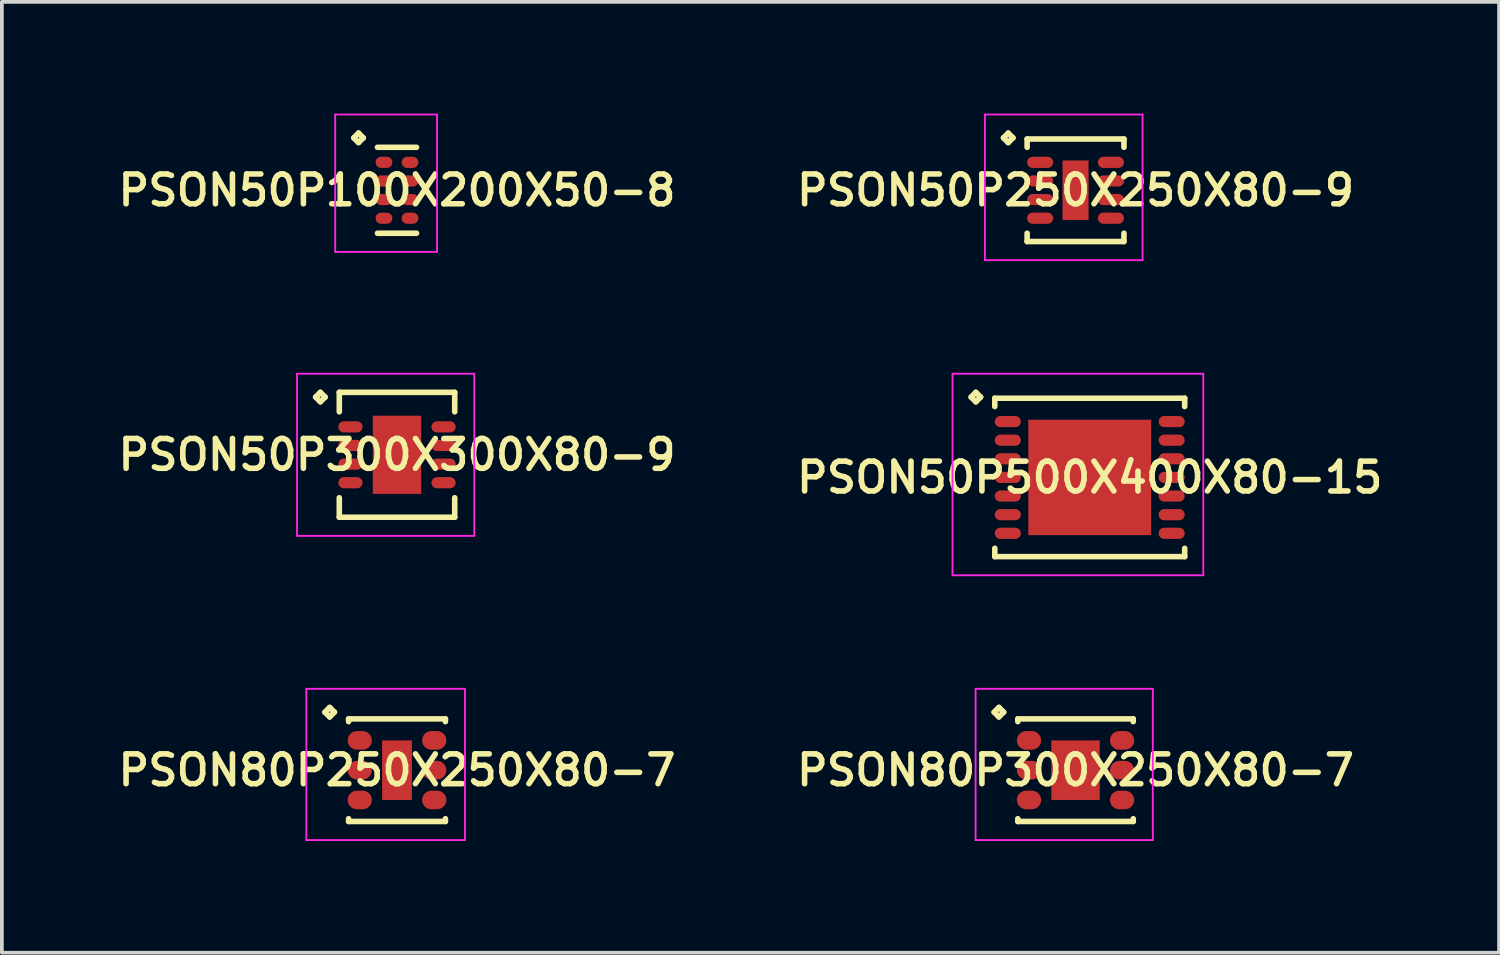
<source format=kicad_pcb>
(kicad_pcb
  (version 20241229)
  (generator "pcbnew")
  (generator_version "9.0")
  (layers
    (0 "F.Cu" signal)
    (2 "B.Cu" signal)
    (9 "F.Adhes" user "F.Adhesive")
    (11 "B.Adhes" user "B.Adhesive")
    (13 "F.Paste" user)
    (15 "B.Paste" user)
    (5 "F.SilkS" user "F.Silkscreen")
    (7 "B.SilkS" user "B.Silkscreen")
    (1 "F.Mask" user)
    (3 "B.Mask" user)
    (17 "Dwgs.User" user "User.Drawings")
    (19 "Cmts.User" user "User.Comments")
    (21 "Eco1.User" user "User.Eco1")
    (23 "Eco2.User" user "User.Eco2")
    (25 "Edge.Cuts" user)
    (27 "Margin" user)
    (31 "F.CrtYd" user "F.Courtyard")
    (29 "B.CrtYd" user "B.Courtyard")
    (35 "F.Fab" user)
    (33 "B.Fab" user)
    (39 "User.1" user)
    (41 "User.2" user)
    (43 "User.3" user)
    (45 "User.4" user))
  (footprint "PSON50P250X250X80-9"
    (layer "F.Cu")
    (at 25.835 2.06)
    (property "Reference" "PSON50P250X250X80-9" (at 0 0 0) (layer "F.SilkS") (effects (font (size 0.8 0.8) (thickness 0.15))))
    (attr smd)
    (fp_line (start -1.935 -1.408) (end -1.808 -1.535) (stroke (width 0.15) (type solid)) (layer "F.SilkS"))
    (fp_line (start -1.808 -1.535) (end -1.681 -1.408) (stroke (width 0.15) (type solid)) (layer "F.SilkS"))
    (fp_line (start -1.808 -1.281) (end -1.935 -1.408) (stroke (width 0.15) (type solid)) (layer "F.SilkS"))
    (fp_line (start -1.681 -1.408) (end -1.808 -1.281) (stroke (width 0.15) (type solid)) (layer "F.SilkS"))
    (fp_line (start -1.3 -1.377) (end 1.3 -1.377) (stroke (width 0.15) (type solid)) (layer "F.SilkS"))
    (fp_line (start -1.3 -1.154) (end -1.3 -1.377) (stroke (width 0.15) (type solid)) (layer "F.SilkS"))
    (fp_line (start -1.3 1.154) (end -1.3 1.377) (stroke (width 0.15) (type solid)) (layer "F.SilkS"))
    (fp_line (start -1.3 1.377) (end 1.3 1.377) (stroke (width 0.15) (type solid)) (layer "F.SilkS"))
    (fp_line (start 1.3 -1.377) (end 1.3 -1.154) (stroke (width 0.15) (type solid)) (layer "F.SilkS"))
    (fp_line (start 1.3 1.377) (end 1.3 1.154) (stroke (width 0.15) (type solid)) (layer "F.SilkS"))
    (fp_line (start -2.435 -2.035) (end 1.8 -2.035) (stroke (width 0.05) (type solid)) (layer "F.CrtYd"))
    (fp_line (start -2.435 1.877) (end -2.435 -2.035) (stroke (width 0.05) (type solid)) (layer "F.CrtYd"))
    (fp_line (start 1.8 -2.035) (end 1.8 1.877) (stroke (width 0.05) (type solid)) (layer "F.CrtYd"))
    (fp_line (start 1.8 1.877) (end -2.435 1.877) (stroke (width 0.05) (type solid)) (layer "F.CrtYd"))
    (pad "1" smd oval (at -0.95 -0.75) (size 0.7 0.3) (layers "F.Cu" "F.Mask" "F.Paste"))
    (pad "2" smd oval (at -0.95 -0.25) (size 0.7 0.3) (layers "F.Cu" "F.Mask" "F.Paste"))
    (pad "3" smd oval (at -0.95 0.25) (size 0.7 0.3) (layers "F.Cu" "F.Mask" "F.Paste"))
    (pad "4" smd oval (at -0.95 0.75) (size 0.7 0.3) (layers "F.Cu" "F.Mask" "F.Paste"))
    (pad "5" smd oval (at 0.95 0.75) (size 0.7 0.3) (layers "F.Cu" "F.Mask" "F.Paste"))
    (pad "6" smd oval (at 0.95 0.25) (size 0.7 0.3) (layers "F.Cu" "F.Mask" "F.Paste"))
    (pad "7" smd oval (at 0.95 -0.25) (size 0.7 0.3) (layers "F.Cu" "F.Mask" "F.Paste"))
    (pad "8" smd oval (at 0.95 -0.75) (size 0.7 0.3) (layers "F.Cu" "F.Mask" "F.Paste"))
    (pad "9" smd rect (at 0 0) (size 0.7 1.6) (layers "F.Cu" "F.Mask" "F.Paste")))
  (footprint "PSON50P100X200X50-8"
    (layer "F.Cu")
    (at 7.612 2.06)
    (property "Reference" "PSON50P100X200X50-8" (at 0 0 0) (layer "F.SilkS") (effects (font (size 0.8 0.8) (thickness 0.15))))
    (attr smd)
    (fp_line (start -1.16 -1.408) (end -1.033 -1.535) (stroke (width 0.15) (type solid)) (layer "F.SilkS"))
    (fp_line (start -1.033 -1.535) (end -0.906 -1.408) (stroke (width 0.15) (type solid)) (layer "F.SilkS"))
    (fp_line (start -1.033 -1.281) (end -1.16 -1.408) (stroke (width 0.15) (type solid)) (layer "F.SilkS"))
    (fp_line (start -0.906 -1.408) (end -1.033 -1.281) (stroke (width 0.15) (type solid)) (layer "F.SilkS"))
    (fp_line (start -0.525 -1.154) (end 0.525 -1.154) (stroke (width 0.15) (type solid)) (layer "F.SilkS"))
    (fp_line (start -0.525 1.154) (end 0.525 1.154) (stroke (width 0.15) (type solid)) (layer "F.SilkS"))
    (fp_line (start -1.66 -2.035) (end 1.075 -2.035) (stroke (width 0.05) (type solid)) (layer "F.CrtYd"))
    (fp_line (start -1.66 1.654) (end -1.66 -2.035) (stroke (width 0.05) (type solid)) (layer "F.CrtYd"))
    (fp_line (start 1.075 -2.035) (end 1.075 1.654) (stroke (width 0.05) (type solid)) (layer "F.CrtYd"))
    (fp_line (start 1.075 1.654) (end -1.66 1.654) (stroke (width 0.05) (type solid)) (layer "F.CrtYd"))
    (pad "1" smd oval (at -0.35 -0.75) (size 0.45 0.3) (layers "F.Cu" "F.Mask" "F.Paste"))
    (pad "2" smd oval (at -0.35 -0.25) (size 0.45 0.3) (layers "F.Cu" "F.Mask" "F.Paste"))
    (pad "3" smd oval (at -0.35 0.25) (size 0.45 0.3) (layers "F.Cu" "F.Mask" "F.Paste"))
    (pad "4" smd oval (at -0.35 0.75) (size 0.45 0.3) (layers "F.Cu" "F.Mask" "F.Paste"))
    (pad "5" smd oval (at 0.35 0.75) (size 0.45 0.3) (layers "F.Cu" "F.Mask" "F.Paste"))
    (pad "6" smd oval (at 0.35 0.25) (size 0.45 0.3) (layers "F.Cu" "F.Mask" "F.Paste"))
    (pad "7" smd oval (at 0.35 -0.25) (size 0.45 0.3) (layers "F.Cu" "F.Mask" "F.Paste"))
    (pad "8" smd oval (at 0.35 -0.75) (size 0.45 0.3) (layers "F.Cu" "F.Mask" "F.Paste")))
  (footprint "PSON50P500X400X80-15"
    (layer "F.Cu")
    (at 26.216 9.772)
    (property "Reference" "PSON50P500X400X80-15" (at 0 0 0) (layer "F.SilkS") (effects (font (size 0.8 0.8) (thickness 0.15))))
    (attr smd)
    (fp_line (start -3.185 -2.158) (end -3.058 -2.285) (stroke (width 0.15) (type solid)) (layer "F.SilkS"))
    (fp_line (start -3.058 -2.285) (end -2.931 -2.158) (stroke (width 0.15) (type solid)) (layer "F.SilkS"))
    (fp_line (start -3.058 -2.031) (end -3.185 -2.158) (stroke (width 0.15) (type solid)) (layer "F.SilkS"))
    (fp_line (start -2.931 -2.158) (end -3.058 -2.031) (stroke (width 0.15) (type solid)) (layer "F.SilkS"))
    (fp_line (start -2.55 -2.127) (end 2.55 -2.127) (stroke (width 0.15) (type solid)) (layer "F.SilkS"))
    (fp_line (start -2.55 -1.904) (end -2.55 -2.127) (stroke (width 0.15) (type solid)) (layer "F.SilkS"))
    (fp_line (start -2.55 1.904) (end -2.55 2.127) (stroke (width 0.15) (type solid)) (layer "F.SilkS"))
    (fp_line (start -2.55 2.127) (end 2.55 2.127) (stroke (width 0.15) (type solid)) (layer "F.SilkS"))
    (fp_line (start 2.55 -2.127) (end 2.55 -1.904) (stroke (width 0.15) (type solid)) (layer "F.SilkS"))
    (fp_line (start 2.55 2.127) (end 2.55 1.904) (stroke (width 0.15) (type solid)) (layer "F.SilkS"))
    (fp_line (start -3.685 -2.785) (end 3.05 -2.785) (stroke (width 0.05) (type solid)) (layer "F.CrtYd"))
    (fp_line (start -3.685 2.627) (end -3.685 -2.785) (stroke (width 0.05) (type solid)) (layer "F.CrtYd"))
    (fp_line (start 3.05 -2.785) (end 3.05 2.627) (stroke (width 0.05) (type solid)) (layer "F.CrtYd"))
    (fp_line (start 3.05 2.627) (end -3.685 2.627) (stroke (width 0.05) (type solid)) (layer "F.CrtYd"))
    (pad "1" smd oval (at -2.2 -1.5) (size 0.7 0.3) (layers "F.Cu" "F.Mask" "F.Paste"))
    (pad "2" smd oval (at -2.2 -1) (size 0.7 0.3) (layers "F.Cu" "F.Mask" "F.Paste"))
    (pad "3" smd oval (at -2.2 -0.5) (size 0.7 0.3) (layers "F.Cu" "F.Mask" "F.Paste"))
    (pad "4" smd oval (at -2.2 0) (size 0.7 0.3) (layers "F.Cu" "F.Mask" "F.Paste"))
    (pad "5" smd oval (at -2.2 0.5) (size 0.7 0.3) (layers "F.Cu" "F.Mask" "F.Paste"))
    (pad "6" smd oval (at -2.2 1) (size 0.7 0.3) (layers "F.Cu" "F.Mask" "F.Paste"))
    (pad "7" smd oval (at -2.2 1.5) (size 0.7 0.3) (layers "F.Cu" "F.Mask" "F.Paste"))
    (pad "8" smd oval (at 2.2 1.5) (size 0.7 0.3) (layers "F.Cu" "F.Mask" "F.Paste"))
    (pad "9" smd oval (at 2.2 1) (size 0.7 0.3) (layers "F.Cu" "F.Mask" "F.Paste"))
    (pad "10" smd oval (at 2.2 0.5) (size 0.7 0.3) (layers "F.Cu" "F.Mask" "F.Paste"))
    (pad "11" smd oval (at 2.2 0) (size 0.7 0.3) (layers "F.Cu" "F.Mask" "F.Paste"))
    (pad "12" smd oval (at 2.2 -0.5) (size 0.7 0.3) (layers "F.Cu" "F.Mask" "F.Paste"))
    (pad "13" smd oval (at 2.2 -1) (size 0.7 0.3) (layers "F.Cu" "F.Mask" "F.Paste"))
    (pad "14" smd oval (at 2.2 -1.5) (size 0.7 0.3) (layers "F.Cu" "F.Mask" "F.Paste"))
    (pad "15" smd rect (at 0 0) (size 3.3 3.1) (layers "F.Cu" "F.Mask" "F.Paste")))
  (footprint "PSON80P250X250X80-7"
    (layer "F.Cu")
    (at 7.612 17.634)
    (property "Reference" "PSON80P250X250X80-7" (at 0 0 0) (layer "F.SilkS") (effects (font (size 0.8 0.8) (thickness 0.15))))
    (attr smd)
    (fp_line (start -1.935 -1.558) (end -1.808 -1.685) (stroke (width 0.15) (type solid)) (layer "F.SilkS"))
    (fp_line (start -1.808 -1.685) (end -1.681 -1.558) (stroke (width 0.15) (type solid)) (layer "F.SilkS"))
    (fp_line (start -1.808 -1.431) (end -1.935 -1.558) (stroke (width 0.15) (type solid)) (layer "F.SilkS"))
    (fp_line (start -1.681 -1.558) (end -1.808 -1.431) (stroke (width 0.15) (type solid)) (layer "F.SilkS"))
    (fp_line (start -1.3 -1.377) (end 1.3 -1.377) (stroke (width 0.15) (type solid)) (layer "F.SilkS"))
    (fp_line (start -1.3 -1.304) (end -1.3 -1.377) (stroke (width 0.15) (type solid)) (layer "F.SilkS"))
    (fp_line (start -1.3 1.304) (end -1.3 1.377) (stroke (width 0.15) (type solid)) (layer "F.SilkS"))
    (fp_line (start -1.3 1.377) (end 1.3 1.377) (stroke (width 0.15) (type solid)) (layer "F.SilkS"))
    (fp_line (start 1.3 -1.377) (end 1.3 -1.304) (stroke (width 0.15) (type solid)) (layer "F.SilkS"))
    (fp_line (start 1.3 1.377) (end 1.3 1.304) (stroke (width 0.15) (type solid)) (layer "F.SilkS"))
    (fp_line (start -2.435 -2.185) (end 1.825 -2.185) (stroke (width 0.05) (type solid)) (layer "F.CrtYd"))
    (fp_line (start -2.435 1.877) (end -2.435 -2.185) (stroke (width 0.05) (type solid)) (layer "F.CrtYd"))
    (fp_line (start 1.825 -2.185) (end 1.825 1.877) (stroke (width 0.05) (type solid)) (layer "F.CrtYd"))
    (fp_line (start 1.825 1.877) (end -2.435 1.877) (stroke (width 0.05) (type solid)) (layer "F.CrtYd"))
    (pad "1" smd oval (at -1 -0.8) (size 0.65 0.5) (layers "F.Cu" "F.Mask" "F.Paste"))
    (pad "2" smd oval (at -1 0) (size 0.65 0.5) (layers "F.Cu" "F.Mask" "F.Paste"))
    (pad "3" smd oval (at -1 0.8) (size 0.65 0.5) (layers "F.Cu" "F.Mask" "F.Paste"))
    (pad "4" smd oval (at 1 0.8) (size 0.65 0.5) (layers "F.Cu" "F.Mask" "F.Paste"))
    (pad "5" smd oval (at 1 0) (size 0.65 0.5) (layers "F.Cu" "F.Mask" "F.Paste"))
    (pad "6" smd oval (at 1 -0.8) (size 0.65 0.5) (layers "F.Cu" "F.Mask" "F.Paste"))
    (pad "7" smd rect (at 0 0) (size 0.8 1.6) (layers "F.Cu" "F.Mask" "F.Paste")))
  (footprint "PSON50P300X300X80-9"
    (layer "F.Cu")
    (at 7.612 9.164)
    (property "Reference" "PSON50P300X300X80-9" (at 0 0 0) (layer "F.SilkS") (effects (font (size 0.8 0.8) (thickness 0.15))))
    (attr smd)
    (fp_line (start -2.185 -1.55) (end -2.058 -1.677) (stroke (width 0.15) (type solid)) (layer "F.SilkS"))
    (fp_line (start -2.058 -1.677) (end -1.931 -1.55) (stroke (width 0.15) (type solid)) (layer "F.SilkS"))
    (fp_line (start -2.058 -1.423) (end -2.185 -1.55) (stroke (width 0.15) (type solid)) (layer "F.SilkS"))
    (fp_line (start -1.931 -1.55) (end -2.058 -1.423) (stroke (width 0.15) (type solid)) (layer "F.SilkS"))
    (fp_line (start -1.55 -1.677) (end 1.55 -1.677) (stroke (width 0.15) (type solid)) (layer "F.SilkS"))
    (fp_line (start -1.55 -1.154) (end -1.55 -1.677) (stroke (width 0.15) (type solid)) (layer "F.SilkS"))
    (fp_line (start -1.55 1.154) (end -1.55 1.677) (stroke (width 0.15) (type solid)) (layer "F.SilkS"))
    (fp_line (start -1.55 1.677) (end 1.55 1.677) (stroke (width 0.15) (type solid)) (layer "F.SilkS"))
    (fp_line (start 1.55 -1.677) (end 1.55 -1.154) (stroke (width 0.15) (type solid)) (layer "F.SilkS"))
    (fp_line (start 1.55 1.677) (end 1.55 1.154) (stroke (width 0.15) (type solid)) (layer "F.SilkS"))
    (fp_line (start -2.685 -2.177) (end 2.075 -2.177) (stroke (width 0.05) (type solid)) (layer "F.CrtYd"))
    (fp_line (start -2.685 2.177) (end -2.685 -2.177) (stroke (width 0.05) (type solid)) (layer "F.CrtYd"))
    (fp_line (start 2.075 -2.177) (end 2.075 2.177) (stroke (width 0.05) (type solid)) (layer "F.CrtYd"))
    (fp_line (start 2.075 2.177) (end -2.685 2.177) (stroke (width 0.05) (type solid)) (layer "F.CrtYd"))
    (pad "1" smd oval (at -1.25 -0.75) (size 0.65 0.3) (layers "F.Cu" "F.Mask" "F.Paste"))
    (pad "2" smd oval (at -1.25 -0.25) (size 0.65 0.3) (layers "F.Cu" "F.Mask" "F.Paste"))
    (pad "3" smd oval (at -1.25 0.25) (size 0.65 0.3) (layers "F.Cu" "F.Mask" "F.Paste"))
    (pad "4" smd oval (at -1.25 0.75) (size 0.65 0.3) (layers "F.Cu" "F.Mask" "F.Paste"))
    (pad "5" smd oval (at 1.25 0.75) (size 0.65 0.3) (layers "F.Cu" "F.Mask" "F.Paste"))
    (pad "6" smd oval (at 1.25 0.25) (size 0.65 0.3) (layers "F.Cu" "F.Mask" "F.Paste"))
    (pad "7" smd oval (at 1.25 -0.25) (size 0.65 0.3) (layers "F.Cu" "F.Mask" "F.Paste"))
    (pad "8" smd oval (at 1.25 -0.75) (size 0.65 0.3) (layers "F.Cu" "F.Mask" "F.Paste"))
    (pad "9" smd rect (at 0 0) (size 1.3 2.1) (layers "F.Cu" "F.Mask" "F.Paste")))
  (footprint "PSON80P300X250X80-7"
    (layer "F.Cu")
    (at 25.835 17.634)
    (property "Reference" "PSON80P300X250X80-7" (at 0 0 0) (layer "F.SilkS") (effects (font (size 0.8 0.8) (thickness 0.15))))
    (attr smd)
    (fp_line (start -2.185 -1.558) (end -2.058 -1.685) (stroke (width 0.15) (type solid)) (layer "F.SilkS"))
    (fp_line (start -2.058 -1.685) (end -1.931 -1.558) (stroke (width 0.15) (type solid)) (layer "F.SilkS"))
    (fp_line (start -2.058 -1.431) (end -2.185 -1.558) (stroke (width 0.15) (type solid)) (layer "F.SilkS"))
    (fp_line (start -1.931 -1.558) (end -2.058 -1.431) (stroke (width 0.15) (type solid)) (layer "F.SilkS"))
    (fp_line (start -1.55 -1.377) (end 1.55 -1.377) (stroke (width 0.15) (type solid)) (layer "F.SilkS"))
    (fp_line (start -1.55 -1.304) (end -1.55 -1.377) (stroke (width 0.15) (type solid)) (layer "F.SilkS"))
    (fp_line (start -1.55 1.304) (end -1.55 1.377) (stroke (width 0.15) (type solid)) (layer "F.SilkS"))
    (fp_line (start -1.55 1.377) (end 1.55 1.377) (stroke (width 0.15) (type solid)) (layer "F.SilkS"))
    (fp_line (start 1.55 -1.377) (end 1.55 -1.304) (stroke (width 0.15) (type solid)) (layer "F.SilkS"))
    (fp_line (start 1.55 1.377) (end 1.55 1.304) (stroke (width 0.15) (type solid)) (layer "F.SilkS"))
    (fp_line (start -2.685 -2.185) (end 2.075 -2.185) (stroke (width 0.05) (type solid)) (layer "F.CrtYd"))
    (fp_line (start -2.685 1.877) (end -2.685 -2.185) (stroke (width 0.05) (type solid)) (layer "F.CrtYd"))
    (fp_line (start 2.075 -2.185) (end 2.075 1.877) (stroke (width 0.05) (type solid)) (layer "F.CrtYd"))
    (fp_line (start 2.075 1.877) (end -2.685 1.877) (stroke (width 0.05) (type solid)) (layer "F.CrtYd"))
    (pad "1" smd oval (at -1.25 -0.8) (size 0.65 0.5) (layers "F.Cu" "F.Mask" "F.Paste"))
    (pad "2" smd oval (at -1.25 0) (size 0.65 0.5) (layers "F.Cu" "F.Mask" "F.Paste"))
    (pad "3" smd oval (at -1.25 0.8) (size 0.65 0.5) (layers "F.Cu" "F.Mask" "F.Paste"))
    (pad "4" smd oval (at 1.25 0.8) (size 0.65 0.5) (layers "F.Cu" "F.Mask" "F.Paste"))
    (pad "5" smd oval (at 1.25 0) (size 0.65 0.5) (layers "F.Cu" "F.Mask" "F.Paste"))
    (pad "6" smd oval (at 1.25 -0.8) (size 0.65 0.5) (layers "F.Cu" "F.Mask" "F.Paste"))
    (pad "7" smd rect (at 0 0) (size 1.3 1.6) (layers "F.Cu" "F.Mask" "F.Paste")))
  (gr_rect
    (start -3 -3)
    (end 37.209 22.536)
    (stroke (width 0.1) (type default))
    (fill no)
    (layer "Edge.Cuts")))
</source>
